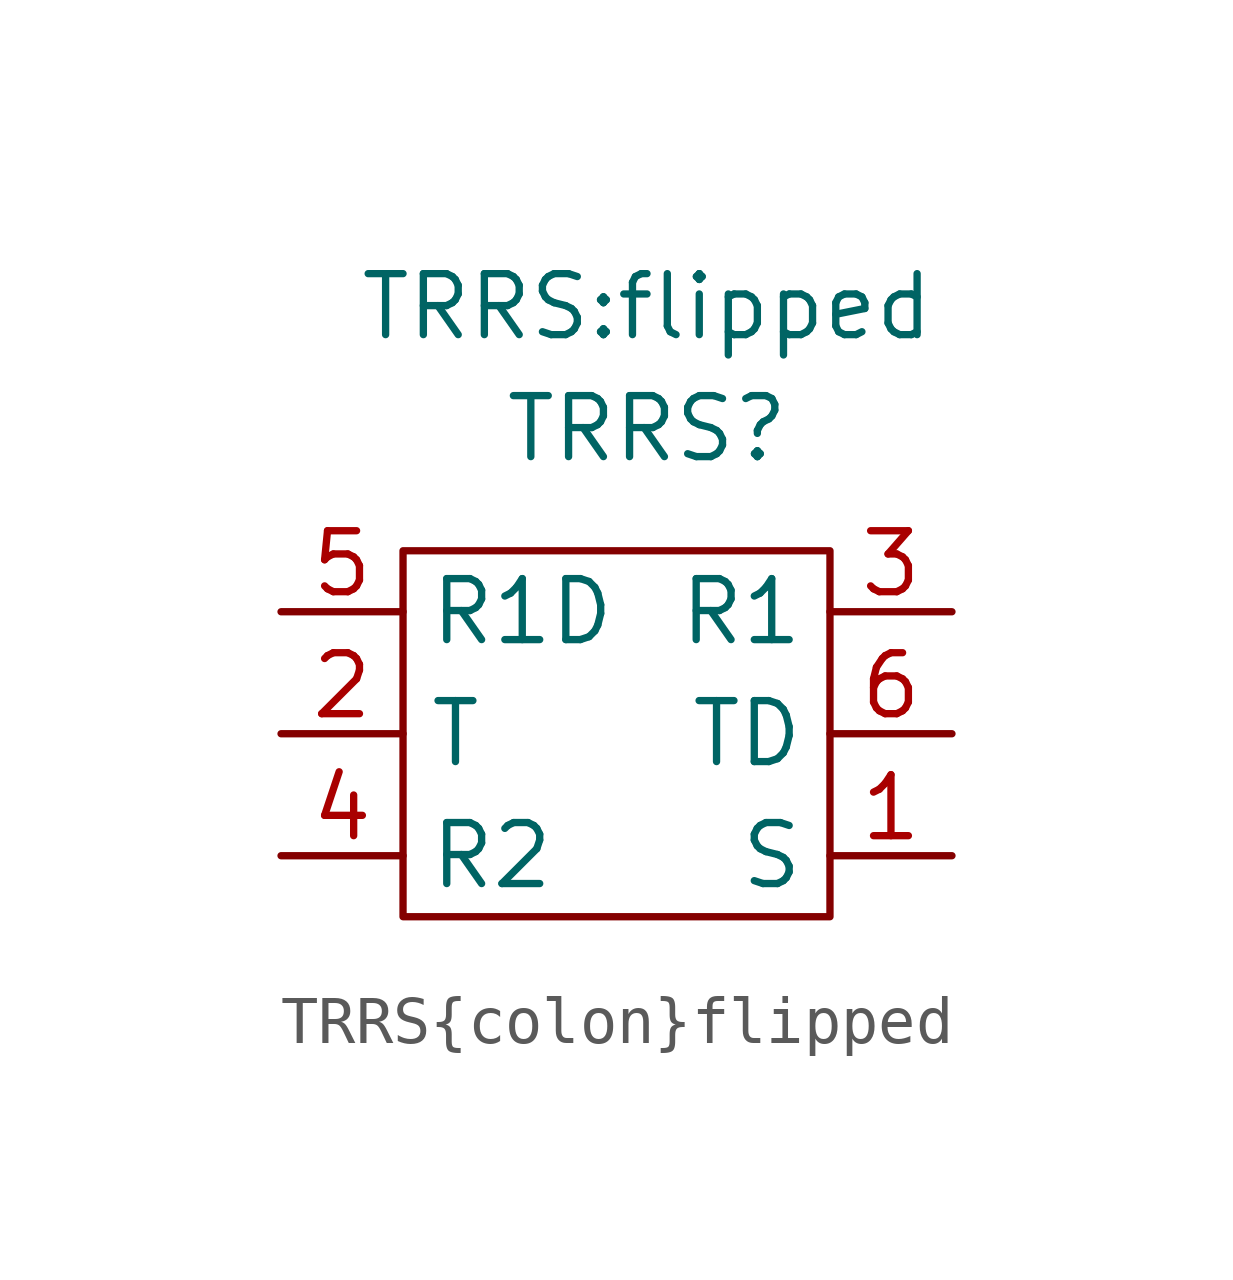
<source format=kicad_sym>
(kicad_symbol_lib
  (version 20211014)
  (generator kicad_symbol_editor)
  (symbol "TRRS{colon}flipped"
    (property "Reference" "TRRS"
      (at 0 0 0)
      (effects (font (size 1.27 1.27))))
    (property "Value" "TRRS{colon}flipped"
      (at 0 2.54 0)
      (effects (font (size 1.27 1.27))))
    (symbol "TRRS{colon}flipped_0_1"
      (rectangle (start -5.08 -2.54) (end 3.81 -10.16) (stroke (width 0) (type default) (color 0 0 0 0)) (fill (type none))))
    (symbol "TRRS{colon}flipped_1_1"
      (pin unspecified line (at 6.35 -8.89 180) (length 2.54) (name "S" (effects (font (size 1.27 1.27)))) (number "1" (effects (font (size 1.27 1.27)))))
      (pin unspecified line (at -7.62 -6.35 0) (length 2.54) (name "T" (effects (font (size 1.27 1.27)))) (number "2" (effects (font (size 1.27 1.27)))))
      (pin unspecified line (at 6.35 -3.81 180) (length 2.54) (name "R1" (effects (font (size 1.27 1.27)))) (number "3" (effects (font (size 1.27 1.27)))))
      (pin unspecified line (at -7.62 -8.89 0) (length 2.54) (name "R2" (effects (font (size 1.27 1.27)))) (number "4" (effects (font (size 1.27 1.27)))))
      (pin unspecified line (at -7.62 -3.81 0) (length 2.54) (name "R1D" (effects (font (size 1.27 1.27)))) (number "5" (effects (font (size 1.27 1.27)))))
      (pin unspecified line (at 6.35 -6.35 180) (length 2.54) (name "TD" (effects (font (size 1.27 1.27)))) (number "6" (effects (font (size 1.27 1.27))))))))
</source>
